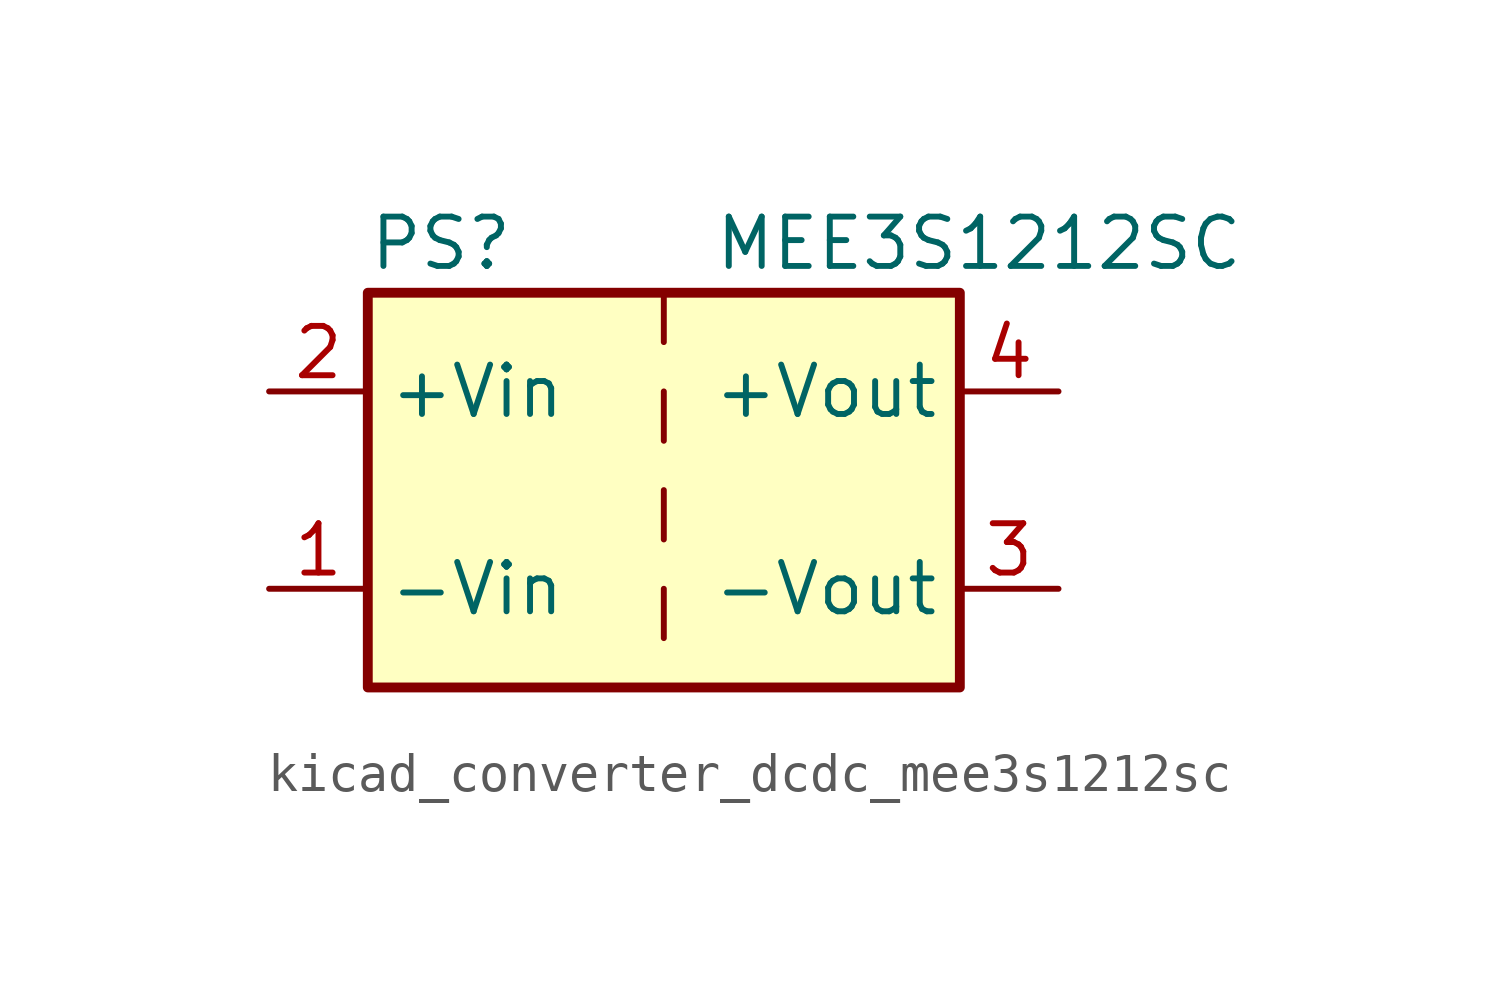
<source format=kicad_sym>
(kicad_symbol_lib
  (version 20220914)
  (generator kicad_symbol_editor)
  (symbol "kicad_converter_dcdc_mee3s1212sc"
    (property "Reference" "PS"
      (at -7.62 6.35 0)
      (effects (font (size 1.27 1.27)) (justify left)))
    (property "Value" "MEE3S1212SC"
      (at 1.27 6.35 0)
      (effects (font (size 1.27 1.27)) (justify left)))
    (symbol "kicad_converter_dcdc_mee3s1212sc_0_0"
      (pin power_in line (at -10.16 -2.54 0) (length 2.54) (name "-Vin" (effects (font (size 1.27 1.27)))) (number "1" (effects (font (size 1.27 1.27)))))
      (pin power_in line (at -10.16 2.54 0) (length 2.54) (name "+Vin" (effects (font (size 1.27 1.27)))) (number "2" (effects (font (size 1.27 1.27)))))
      (pin power_out line (at 10.16 -2.54 180) (length 2.54) (name "-Vout" (effects (font (size 1.27 1.27)))) (number "3" (effects (font (size 1.27 1.27)))))
      (pin power_out line (at 10.16 2.54 180) (length 2.54) (name "+Vout" (effects (font (size 1.27 1.27)))) (number "4" (effects (font (size 1.27 1.27))))))
    (symbol "kicad_converter_dcdc_mee3s1212sc_0_1"
      (rectangle (start -7.62 5.08) (end 7.62 -5.08) (stroke (width 0.254) (type default)) (fill (type background)))
      (polyline (pts (xy 0 -2.54) (xy 0 -3.81)) (stroke (width 0) (type default)) (fill (type none)))
      (polyline (pts (xy 0 0) (xy 0 -1.27)) (stroke (width 0) (type default)) (fill (type none)))
      (polyline (pts (xy 0 2.54) (xy 0 1.27)) (stroke (width 0) (type default)) (fill (type none)))
      (polyline (pts (xy 0 5.08) (xy 0 3.81)) (stroke (width 0) (type default)) (fill (type none))))))
</source>
